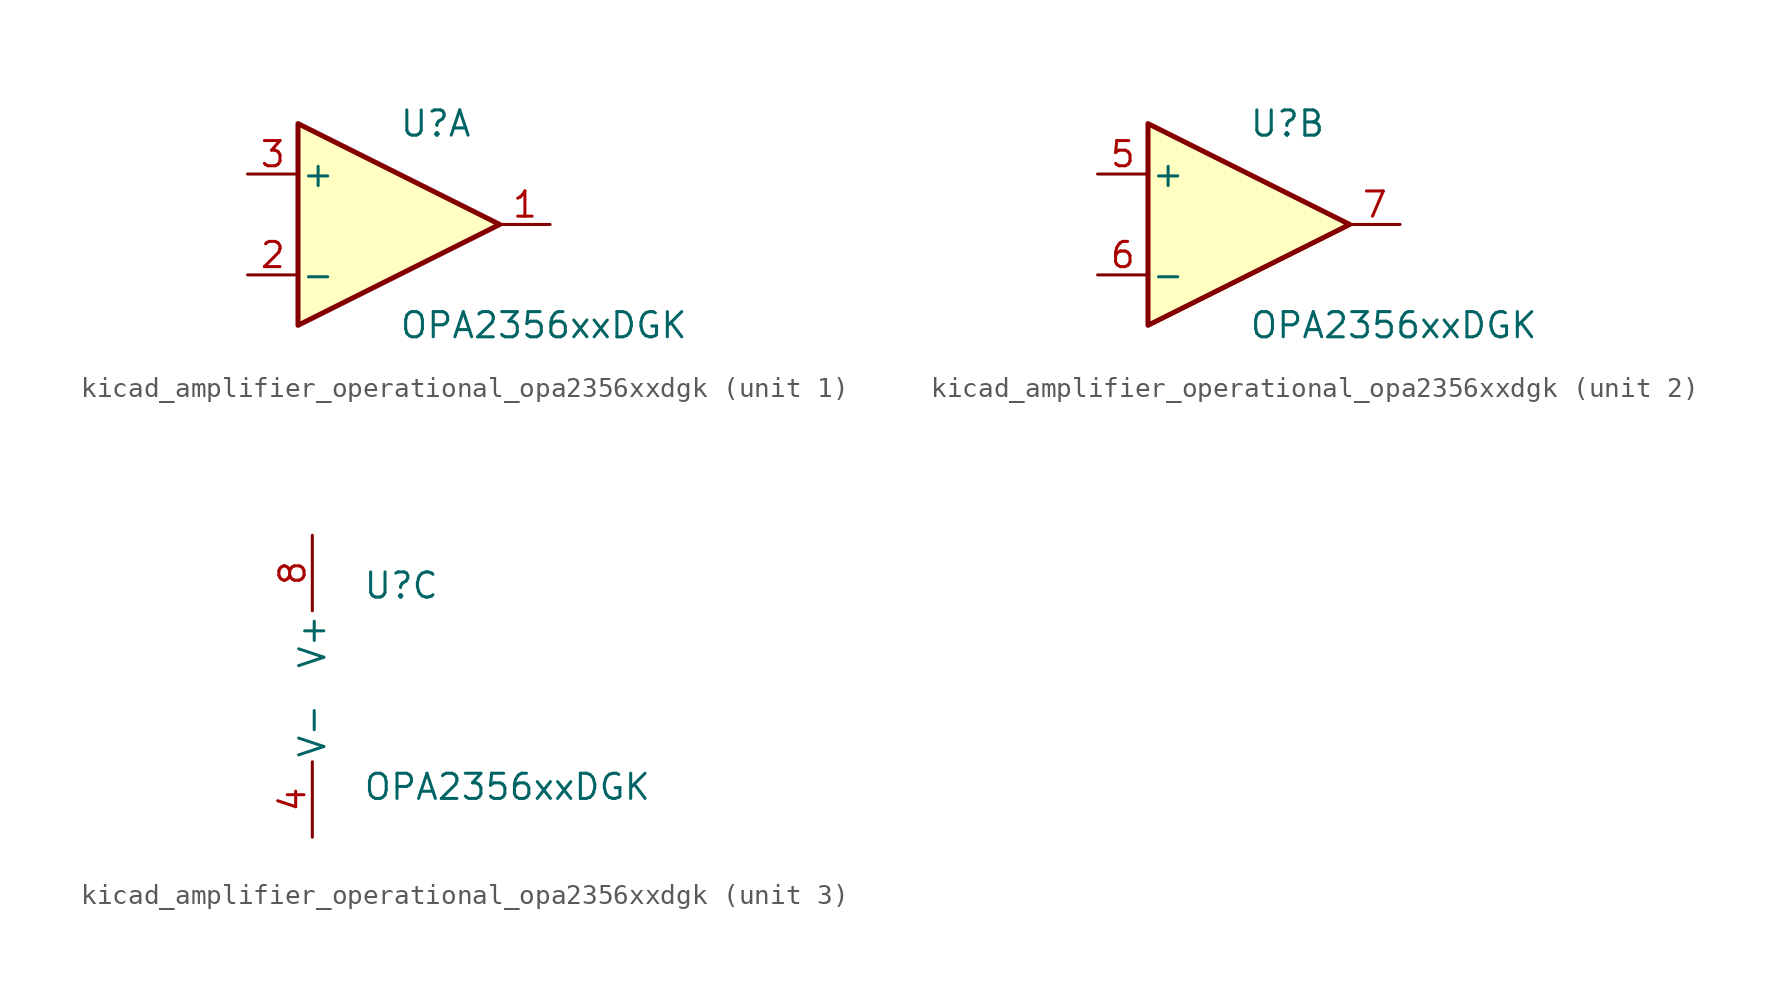
<source format=kicad_sym>
(kicad_symbol_lib
  (version 20220914)
  (generator kicad_symbol_editor)
  (symbol "kicad_amplifier_operational_opa2356xxdgk"
    (pin_names
      (offset 0.127))
    (property "Reference" "U"
      (at 0 5.08 0)
      (effects (font (size 1.27 1.27)) (justify left)))
    (property "Value" "OPA2356xxDGK"
      (at 0 -5.08 0)
      (effects (font (size 1.27 1.27)) (justify left)))
    (property "ki_locked" ""
      (at 0 0 0)
      (effects (font (size 1.27 1.27))))
    (symbol "kicad_amplifier_operational_opa2356xxdgk_1_1"
      (polyline (pts (xy -5.08 5.08) (xy 5.08 0) (xy -5.08 -5.08) (xy -5.08 5.08)) (stroke (width 0.254) (type default)) (fill (type background)))
      (pin output line (at 7.62 0 180) (length 2.54) (name "~" (effects (font (size 1.27 1.27)))) (number "1" (effects (font (size 1.27 1.27)))))
      (pin input line (at -7.62 -2.54 0) (length 2.54) (name "-" (effects (font (size 1.27 1.27)))) (number "2" (effects (font (size 1.27 1.27)))))
      (pin input line (at -7.62 2.54 0) (length 2.54) (name "+" (effects (font (size 1.27 1.27)))) (number "3" (effects (font (size 1.27 1.27))))))
    (symbol "kicad_amplifier_operational_opa2356xxdgk_2_1"
      (polyline (pts (xy -5.08 5.08) (xy 5.08 0) (xy -5.08 -5.08) (xy -5.08 5.08)) (stroke (width 0.254) (type default)) (fill (type background)))
      (pin input line (at -7.62 2.54 0) (length 2.54) (name "+" (effects (font (size 1.27 1.27)))) (number "5" (effects (font (size 1.27 1.27)))))
      (pin input line (at -7.62 -2.54 0) (length 2.54) (name "-" (effects (font (size 1.27 1.27)))) (number "6" (effects (font (size 1.27 1.27)))))
      (pin output line (at 7.62 0 180) (length 2.54) (name "~" (effects (font (size 1.27 1.27)))) (number "7" (effects (font (size 1.27 1.27))))))
    (symbol "kicad_amplifier_operational_opa2356xxdgk_3_1"
      (pin power_in line (at -2.54 -7.62 90) (length 3.81) (name "V-" (effects (font (size 1.27 1.27)))) (number "4" (effects (font (size 1.27 1.27)))))
      (pin power_in line (at -2.54 7.62 270) (length 3.81) (name "V+" (effects (font (size 1.27 1.27)))) (number "8" (effects (font (size 1.27 1.27))))))))
</source>
